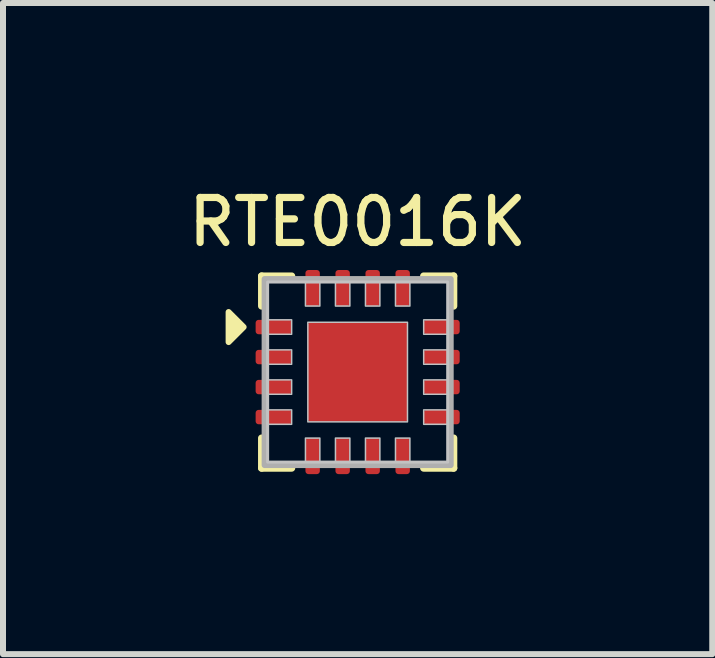
<source format=kicad_pcb>
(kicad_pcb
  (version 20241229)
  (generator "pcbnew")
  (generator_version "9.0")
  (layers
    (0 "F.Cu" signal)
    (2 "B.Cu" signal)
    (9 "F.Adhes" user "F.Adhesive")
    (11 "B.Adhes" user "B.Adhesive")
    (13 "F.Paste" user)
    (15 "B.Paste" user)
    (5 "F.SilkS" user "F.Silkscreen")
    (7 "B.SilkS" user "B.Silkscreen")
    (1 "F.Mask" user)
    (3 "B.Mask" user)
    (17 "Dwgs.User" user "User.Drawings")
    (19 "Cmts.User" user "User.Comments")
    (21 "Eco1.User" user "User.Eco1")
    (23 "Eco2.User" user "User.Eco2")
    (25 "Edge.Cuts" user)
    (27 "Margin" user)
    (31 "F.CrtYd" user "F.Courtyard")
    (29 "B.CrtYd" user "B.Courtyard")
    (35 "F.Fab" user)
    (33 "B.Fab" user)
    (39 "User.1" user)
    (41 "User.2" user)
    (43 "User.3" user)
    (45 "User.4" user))
  (footprint "RTE0016K"
    (layer "F.Cu")
    (at 2.909 3.149)
    (property "Reference" "RTE0016K" (at 0 -2.5 0) (unlocked yes) (layer "F.SilkS") (effects (font (size 0.75 0.75) (thickness 0.12))))
    (attr smd)
    (fp_line (start -1.6 -1.6) (end -1.6 -1.1) (stroke (width 0.12) (type default)) (layer "F.SilkS"))
    (fp_line (start -1.6 -1.6) (end -1.1 -1.6) (stroke (width 0.12) (type default)) (layer "F.SilkS"))
    (fp_line (start -1.6 1.1) (end -1.6 1.6) (stroke (width 0.12) (type default)) (layer "F.SilkS"))
    (fp_line (start -1.1 1.6) (end -1.6 1.6) (stroke (width 0.12) (type default)) (layer "F.SilkS"))
    (fp_line (start 1.6 -1.6) (end 1.1 -1.6) (stroke (width 0.12) (type default)) (layer "F.SilkS"))
    (fp_line (start 1.6 -1.6) (end 1.6 -1.1) (stroke (width 0.12) (type default)) (layer "F.SilkS"))
    (fp_line (start 1.6 1.1) (end 1.6 1.6) (stroke (width 0.12) (type default)) (layer "F.SilkS"))
    (fp_line (start 1.6 1.6) (end 1.1 1.6) (stroke (width 0.12) (type default)) (layer "F.SilkS"))
    (fp_poly (pts (xy -1.9 -0.75) (xy -2.15 -0.5) (xy -2.15 -1)) (stroke (width 0.1) (type solid)) (fill yes) (layer "F.SilkS"))
    (fp_rect (start -1.5 -1.5) (end 1.5 1.5) (stroke (width 0.05) (type default)) (fill no) (layer "Dwgs.User"))
    (fp_rect (start -1.5 -0.87) (end -1.1 -0.63) (stroke (width 0.025) (type default)) (fill no) (layer "Dwgs.User"))
    (fp_rect (start -1.5 -0.37) (end -1.1 -0.13) (stroke (width 0.025) (type default)) (fill no) (layer "Dwgs.User"))
    (fp_rect (start -1.5 0.13) (end -1.1 0.37) (stroke (width 0.025) (type default)) (fill no) (layer "Dwgs.User"))
    (fp_rect (start -1.5 0.63) (end -1.1 0.87) (stroke (width 0.025) (type default)) (fill no) (layer "Dwgs.User"))
    (fp_rect (start -0.87 -1.5) (end -0.63 -1.1) (stroke (width 0.025) (type default)) (fill no) (layer "Dwgs.User"))
    (fp_rect (start -0.87 1.1) (end -0.63 1.5) (stroke (width 0.025) (type default)) (fill no) (layer "Dwgs.User"))
    (fp_rect (start -0.83 -0.83) (end 0.83 0.83) (stroke (width 0.025) (type default)) (fill no) (layer "Dwgs.User"))
    (fp_rect (start -0.37 -1.5) (end -0.13 -1.1) (stroke (width 0.025) (type default)) (fill no) (layer "Dwgs.User"))
    (fp_rect (start -0.37 1.1) (end -0.13 1.5) (stroke (width 0.025) (type default)) (fill no) (layer "Dwgs.User"))
    (fp_rect (start 0.13 -1.5) (end 0.37 -1.1) (stroke (width 0.025) (type default)) (fill no) (layer "Dwgs.User"))
    (fp_rect (start 0.13 1.1) (end 0.37 1.5) (stroke (width 0.025) (type default)) (fill no) (layer "Dwgs.User"))
    (fp_rect (start 0.63 -1.5) (end 0.87 -1.1) (stroke (width 0.025) (type default)) (fill no) (layer "Dwgs.User"))
    (fp_rect (start 0.63 1.1) (end 0.87 1.5) (stroke (width 0.025) (type default)) (fill no) (layer "Dwgs.User"))
    (fp_rect (start 1.1 -0.87) (end 1.5 -0.63) (stroke (width 0.025) (type default)) (fill no) (layer "Dwgs.User"))
    (fp_rect (start 1.1 -0.37) (end 1.5 -0.13) (stroke (width 0.025) (type default)) (fill no) (layer "Dwgs.User"))
    (fp_rect (start 1.1 0.13) (end 1.5 0.37) (stroke (width 0.025) (type default)) (fill no) (layer "Dwgs.User"))
    (fp_rect (start 1.1 0.63) (end 1.5 0.87) (stroke (width 0.025) (type default)) (fill no) (layer "Dwgs.User"))
    (fp_rect (start -1.55 -1.55) (end 1.55 1.55) (stroke (width 0.1) (type default)) (fill no) (layer "F.Fab"))
    (pad "1" smd roundrect (at -1.4 -0.75) (size 0.6 0.24) (layers "F.Cu" "F.Mask" "F.Paste") (roundrect_rratio 0.208))
    (pad "2" smd roundrect (at -1.4 -0.25) (size 0.6 0.24) (layers "F.Cu" "F.Mask" "F.Paste") (roundrect_rratio 0.208))
    (pad "3" smd roundrect (at -1.4 0.25) (size 0.6 0.24) (layers "F.Cu" "F.Mask" "F.Paste") (roundrect_rratio 0.208))
    (pad "4" smd roundrect (at -1.4 0.75) (size 0.6 0.24) (layers "F.Cu" "F.Mask" "F.Paste") (roundrect_rratio 0.208))
    (pad "5" smd roundrect (at -0.75 1.4 90) (size 0.6 0.24) (layers "F.Cu" "F.Mask" "F.Paste") (roundrect_rratio 0.208))
    (pad "6" smd roundrect (at -0.25 1.4 90) (size 0.6 0.24) (layers "F.Cu" "F.Mask" "F.Paste") (roundrect_rratio 0.208))
    (pad "7" smd roundrect (at 0.25 1.4 90) (size 0.6 0.24) (layers "F.Cu" "F.Mask" "F.Paste") (roundrect_rratio 0.208))
    (pad "8" smd roundrect (at 0.75 1.4 90) (size 0.6 0.24) (layers "F.Cu" "F.Mask" "F.Paste") (roundrect_rratio 0.208))
    (pad "9" smd roundrect (at 1.4 0.75 180) (size 0.6 0.24) (layers "F.Cu" "F.Mask" "F.Paste") (roundrect_rratio 0.208))
    (pad "10" smd roundrect (at 1.4 0.25 180) (size 0.6 0.24) (layers "F.Cu" "F.Mask" "F.Paste") (roundrect_rratio 0.208))
    (pad "11" smd roundrect (at 1.4 -0.25 180) (size 0.6 0.24) (layers "F.Cu" "F.Mask" "F.Paste") (roundrect_rratio 0.208))
    (pad "12" smd roundrect (at 1.4 -0.75 180) (size 0.6 0.24) (layers "F.Cu" "F.Mask" "F.Paste") (roundrect_rratio 0.208))
    (pad "13" smd roundrect (at 0.75 -1.4 270) (size 0.6 0.24) (layers "F.Cu" "F.Mask" "F.Paste") (roundrect_rratio 0.208))
    (pad "14" smd roundrect (at 0.25 -1.4 270) (size 0.6 0.24) (layers "F.Cu" "F.Mask" "F.Paste") (roundrect_rratio 0.208))
    (pad "15" smd roundrect (at -0.25 -1.4 270) (size 0.6 0.24) (layers "F.Cu" "F.Mask" "F.Paste") (roundrect_rratio 0.208))
    (pad "16" smd roundrect (at -0.75 -1.4 270) (size 0.6 0.24) (layers "F.Cu" "F.Mask" "F.Paste") (roundrect_rratio 0.208))
    (pad "17" smd roundrect (at 0 0) (size 1.66 1.66) (layers "F.Cu" "F.Mask" "F.Paste") (roundrect_rratio 0.03)))
  (gr_rect
    (start -3 -3)
    (end 8.817 7.849)
    (stroke (width 0.1) (type default))
    (fill no)
    (layer "Edge.Cuts")))
</source>
